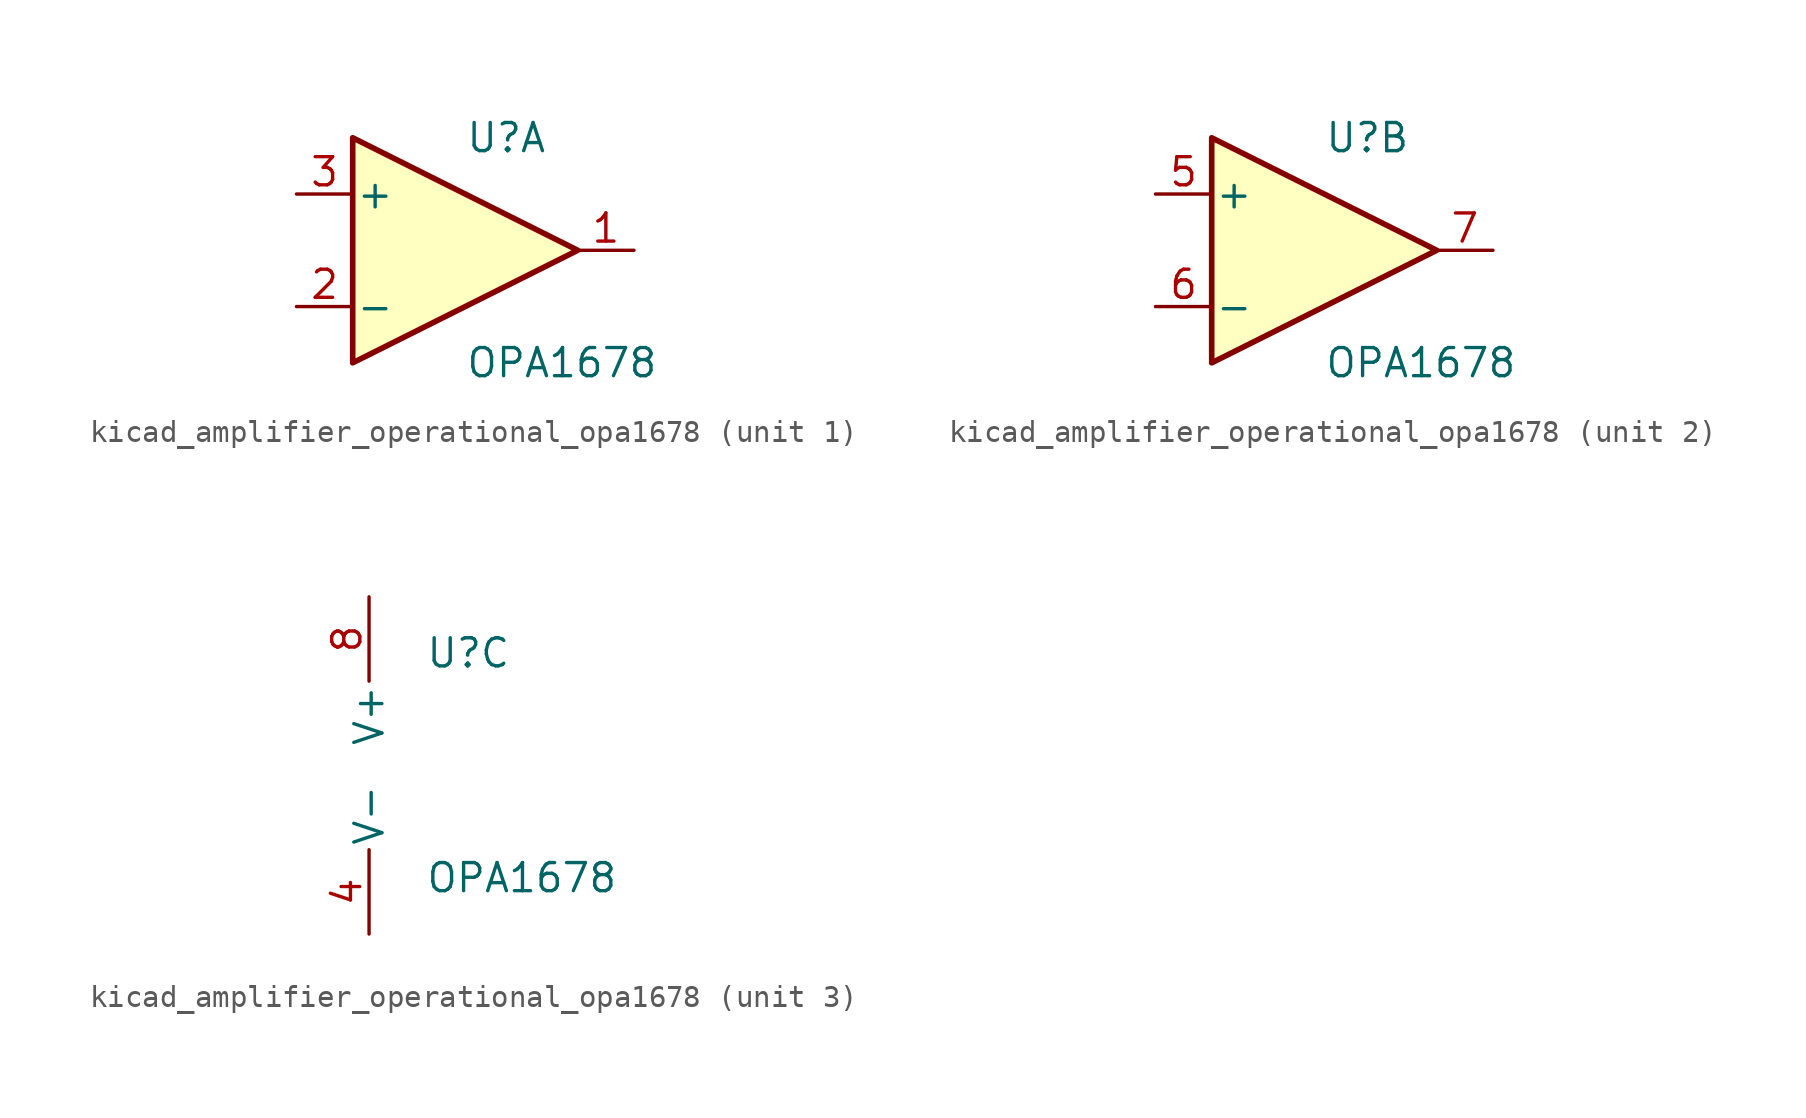
<source format=kicad_sym>
(kicad_symbol_lib
  (version 20220914)
  (generator kicad_symbol_editor)
  (symbol "kicad_amplifier_operational_opa1678"
    (pin_names
      (offset 0.127))
    (property "Reference" "U"
      (at 0 5.08 0)
      (effects (font (size 1.27 1.27)) (justify left)))
    (property "Value" "OPA1678"
      (at 0 -5.08 0)
      (effects (font (size 1.27 1.27)) (justify left)))
    (property "ki_locked" ""
      (at 0 0 0)
      (effects (font (size 1.27 1.27))))
    (symbol "kicad_amplifier_operational_opa1678_1_1"
      (polyline (pts (xy -5.08 5.08) (xy 5.08 0) (xy -5.08 -5.08) (xy -5.08 5.08)) (stroke (width 0.254) (type default)) (fill (type background)))
      (pin output line (at 7.62 0 180) (length 2.54) (name "~" (effects (font (size 1.27 1.27)))) (number "1" (effects (font (size 1.27 1.27)))))
      (pin input line (at -7.62 -2.54 0) (length 2.54) (name "-" (effects (font (size 1.27 1.27)))) (number "2" (effects (font (size 1.27 1.27)))))
      (pin input line (at -7.62 2.54 0) (length 2.54) (name "+" (effects (font (size 1.27 1.27)))) (number "3" (effects (font (size 1.27 1.27))))))
    (symbol "kicad_amplifier_operational_opa1678_2_1"
      (polyline (pts (xy -5.08 5.08) (xy 5.08 0) (xy -5.08 -5.08) (xy -5.08 5.08)) (stroke (width 0.254) (type default)) (fill (type background)))
      (pin input line (at -7.62 2.54 0) (length 2.54) (name "+" (effects (font (size 1.27 1.27)))) (number "5" (effects (font (size 1.27 1.27)))))
      (pin input line (at -7.62 -2.54 0) (length 2.54) (name "-" (effects (font (size 1.27 1.27)))) (number "6" (effects (font (size 1.27 1.27)))))
      (pin output line (at 7.62 0 180) (length 2.54) (name "~" (effects (font (size 1.27 1.27)))) (number "7" (effects (font (size 1.27 1.27))))))
    (symbol "kicad_amplifier_operational_opa1678_3_1"
      (pin power_in line (at -2.54 -7.62 90) (length 3.81) (name "V-" (effects (font (size 1.27 1.27)))) (number "4" (effects (font (size 1.27 1.27)))))
      (pin power_in line (at -2.54 7.62 270) (length 3.81) (name "V+" (effects (font (size 1.27 1.27)))) (number "8" (effects (font (size 1.27 1.27))))))))
</source>
